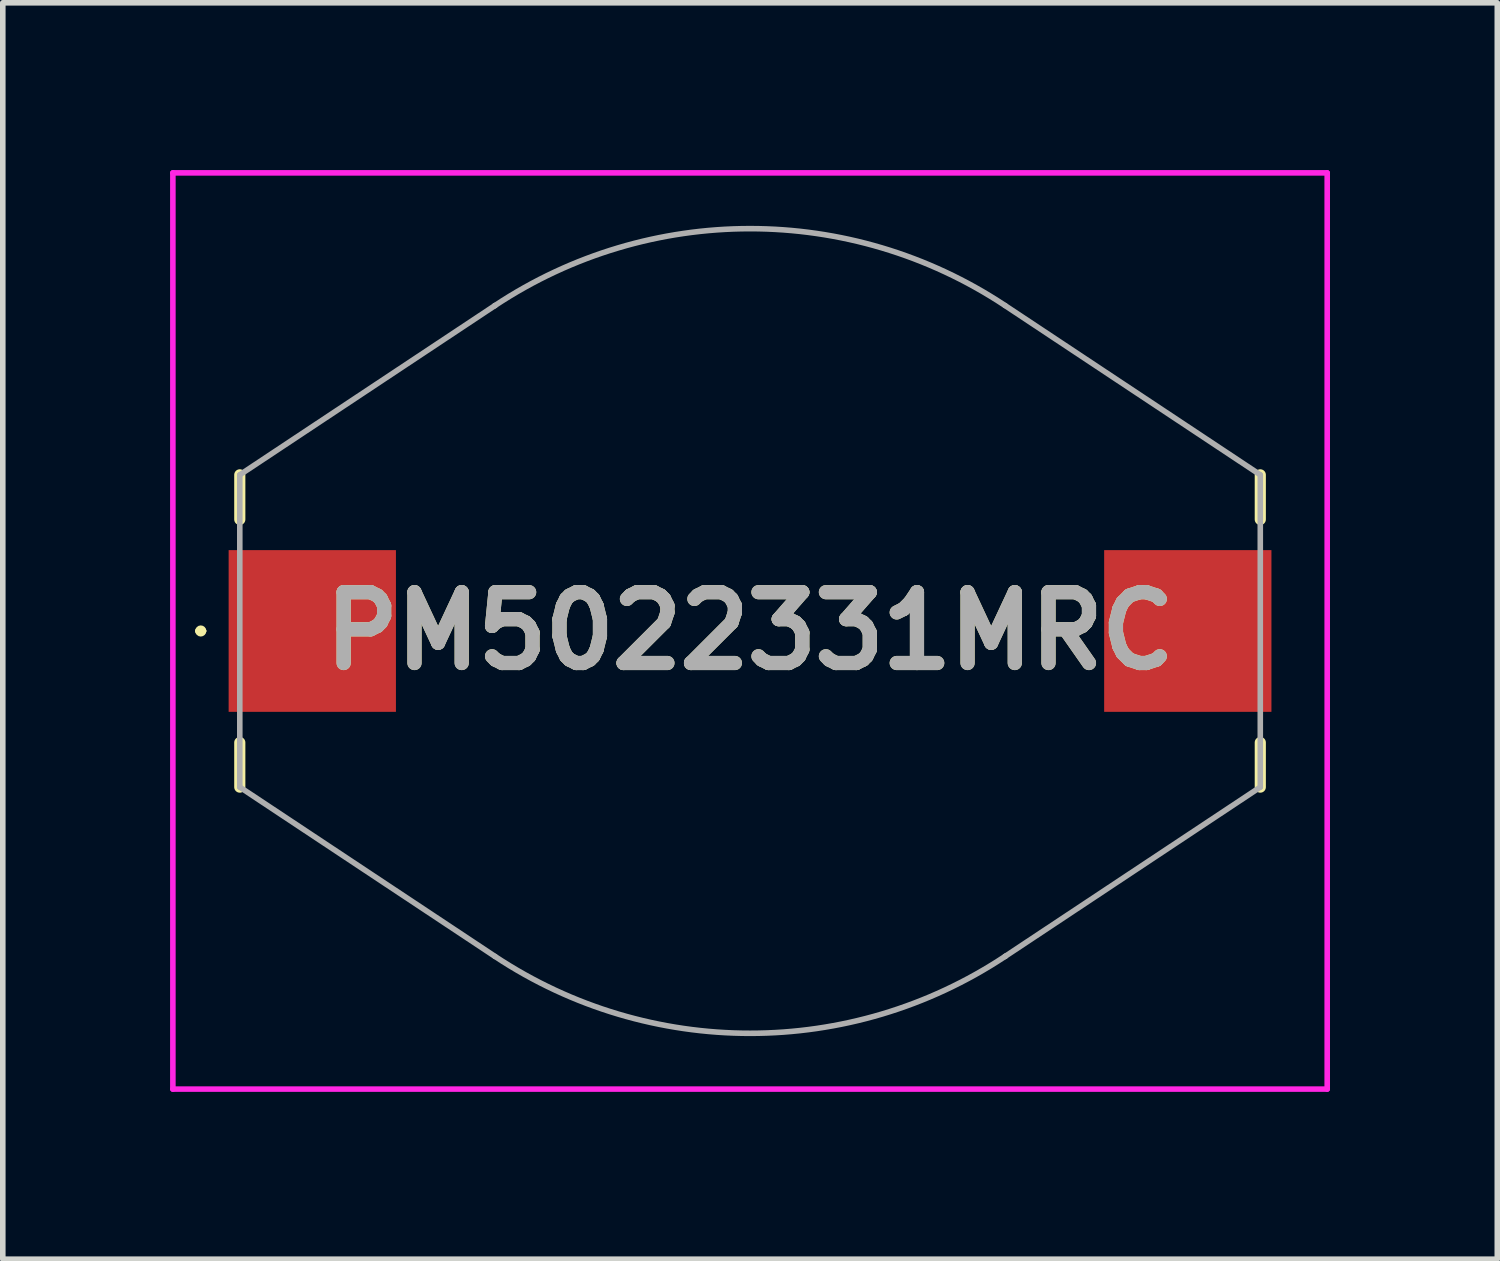
<source format=kicad_pcb>
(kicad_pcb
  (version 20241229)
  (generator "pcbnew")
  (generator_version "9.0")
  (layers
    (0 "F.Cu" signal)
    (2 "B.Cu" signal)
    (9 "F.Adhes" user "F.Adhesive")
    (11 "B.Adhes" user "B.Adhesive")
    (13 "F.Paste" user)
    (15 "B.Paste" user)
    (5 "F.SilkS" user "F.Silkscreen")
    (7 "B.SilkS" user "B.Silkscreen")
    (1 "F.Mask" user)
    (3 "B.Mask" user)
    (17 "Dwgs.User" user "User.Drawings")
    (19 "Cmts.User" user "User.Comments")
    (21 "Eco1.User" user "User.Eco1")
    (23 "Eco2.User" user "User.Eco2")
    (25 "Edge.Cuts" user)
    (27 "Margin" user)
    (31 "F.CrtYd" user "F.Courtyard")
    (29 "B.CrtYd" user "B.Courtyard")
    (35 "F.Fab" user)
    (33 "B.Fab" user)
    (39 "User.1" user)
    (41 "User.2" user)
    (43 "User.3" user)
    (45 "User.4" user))
  (footprint "PM5022331MRC"
    (layer "F.Cu")
    (at 10.4 8.265)
    (property "Reference" "PM5022331MRC" (at 0 0 0) (layer "F.SilkS") (effects (font (size 1.27 1.27) (thickness 0.254))))
    (attr smd)
    (fp_line (start -9.9 0) (end -9.9 0) (stroke (width 0.1) (type solid)) (layer "F.SilkS"))
    (fp_line (start -9.8 0) (end -9.8 0) (stroke (width 0.1) (type solid)) (layer "F.SilkS"))
    (fp_line (start -9.15 -2.8) (end -9.15 -2) (stroke (width 0.2) (type solid)) (layer "F.SilkS"))
    (fp_line (start -9.15 2.8) (end -9.15 2) (stroke (width 0.2) (type solid)) (layer "F.SilkS"))
    (fp_line (start 9.15 -2.8) (end 9.15 -2) (stroke (width 0.2) (type solid)) (layer "F.SilkS"))
    (fp_line (start 9.15 2.8) (end 9.15 2) (stroke (width 0.2) (type solid)) (layer "F.SilkS"))
    (fp_arc (start -9.9 0) (mid -9.85 -0.05) (end -9.8 0) (stroke (width 0.1) (type solid)) (layer "F.SilkS"))
    (fp_arc (start -9.8 0) (mid -9.85 0.05) (end -9.9 0) (stroke (width 0.1) (type solid)) (layer "F.SilkS"))
    (fp_line (start -10.35 -8.215) (end 10.35 -8.215) (stroke (width 0.1) (type solid)) (layer "F.CrtYd"))
    (fp_line (start -10.35 8.215) (end -10.35 -8.215) (stroke (width 0.1) (type solid)) (layer "F.CrtYd"))
    (fp_line (start 10.35 -8.215) (end 10.35 8.215) (stroke (width 0.1) (type solid)) (layer "F.CrtYd"))
    (fp_line (start 10.35 8.215) (end -10.35 8.215) (stroke (width 0.1) (type solid)) (layer "F.CrtYd"))
    (fp_line (start -9.15 -2.8) (end -4.575 -5.835) (stroke (width 0.1) (type solid)) (layer "F.Fab"))
    (fp_line (start -9.15 2.8) (end -9.15 -2.8) (stroke (width 0.1) (type solid)) (layer "F.Fab"))
    (fp_line (start -4.575 -5.835) (end -4.575 -5.835) (stroke (width 0.1) (type solid)) (layer "F.Fab"))
    (fp_line (start -4.575 5.835) (end -9.15 2.8) (stroke (width 0.1) (type solid)) (layer "F.Fab"))
    (fp_line (start 4.575 -5.835) (end 9.15 -2.8) (stroke (width 0.1) (type solid)) (layer "F.Fab"))
    (fp_line (start 4.575 5.835) (end 4.575 5.835) (stroke (width 0.1) (type solid)) (layer "F.Fab"))
    (fp_line (start 9.15 -2.8) (end 9.15 2.8) (stroke (width 0.1) (type solid)) (layer "F.Fab"))
    (fp_line (start 9.15 2.8) (end 4.575 5.835) (stroke (width 0.1) (type solid)) (layer "F.Fab"))
    (fp_arc (start -4.575 -5.835) (mid -0.001649 -7.214593) (end 4.572252 -5.836822) (stroke (width 0.1) (type solid)) (layer "F.Fab"))
    (fp_arc (start 4.575 5.835) (mid 0.001649 7.214593) (end -4.572252 5.836822) (stroke (width 0.1) (type solid)) (layer "F.Fab"))
    (fp_text user "${REFERENCE}" (at 0 0 0) (layer "F.Fab") (effects (font (size 1.27 1.27) (thickness 0.254))))
    (pad "1" smd rect (at -7.85 0 90) (size 2.9 3) (layers "F.Cu" "F.Mask" "F.Paste"))
    (pad "2" smd rect (at 7.85 0 90) (size 2.9 3) (layers "F.Cu" "F.Mask" "F.Paste")))
  (gr_rect
    (start -3 -3)
    (end 23.8 19.53)
    (stroke (width 0.1) (type default))
    (fill no)
    (layer "Edge.Cuts")))
</source>
